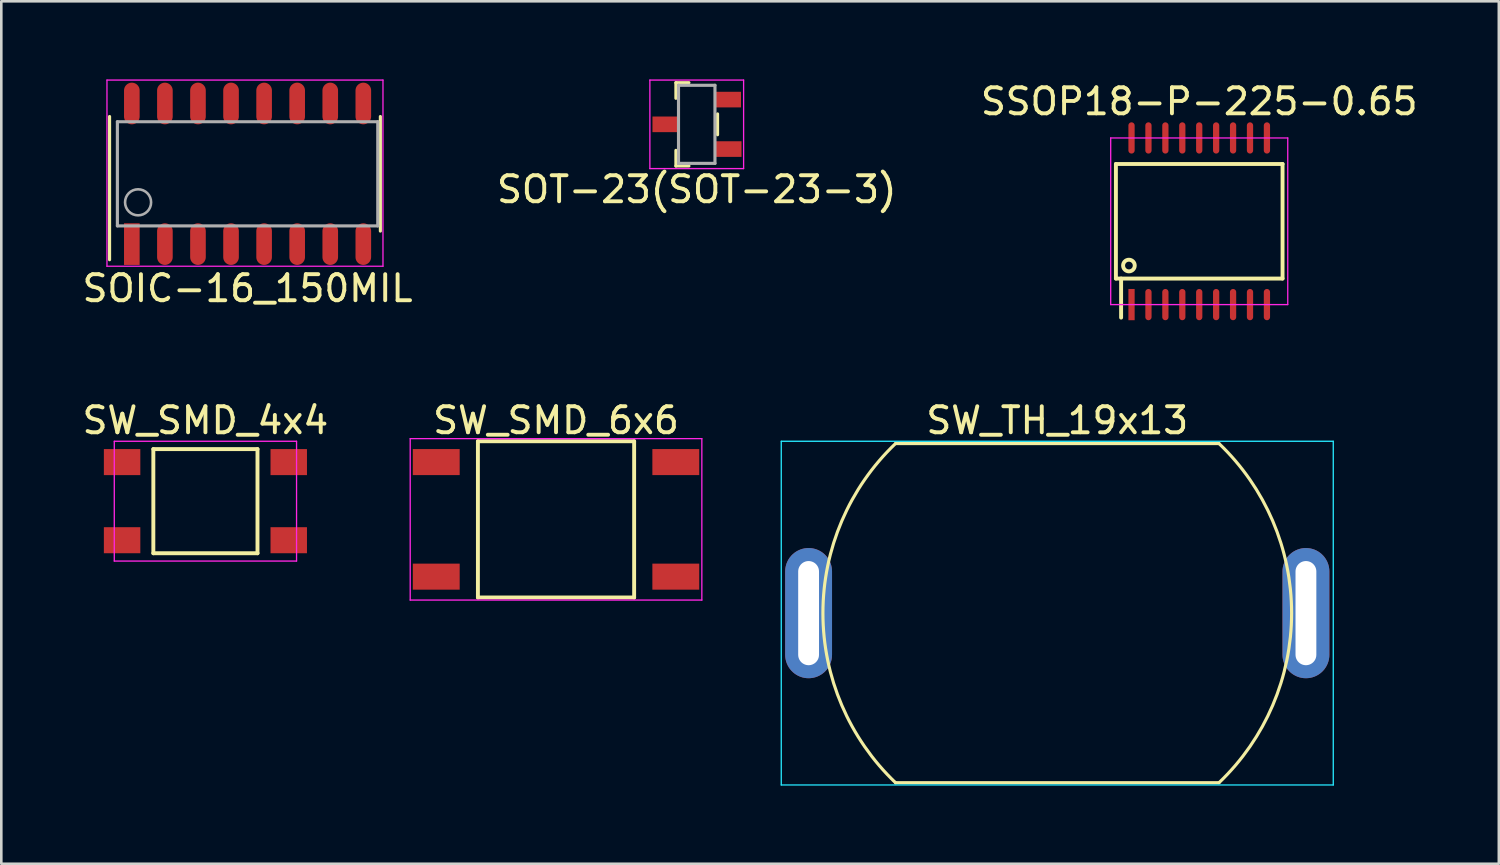
<source format=kicad_pcb>
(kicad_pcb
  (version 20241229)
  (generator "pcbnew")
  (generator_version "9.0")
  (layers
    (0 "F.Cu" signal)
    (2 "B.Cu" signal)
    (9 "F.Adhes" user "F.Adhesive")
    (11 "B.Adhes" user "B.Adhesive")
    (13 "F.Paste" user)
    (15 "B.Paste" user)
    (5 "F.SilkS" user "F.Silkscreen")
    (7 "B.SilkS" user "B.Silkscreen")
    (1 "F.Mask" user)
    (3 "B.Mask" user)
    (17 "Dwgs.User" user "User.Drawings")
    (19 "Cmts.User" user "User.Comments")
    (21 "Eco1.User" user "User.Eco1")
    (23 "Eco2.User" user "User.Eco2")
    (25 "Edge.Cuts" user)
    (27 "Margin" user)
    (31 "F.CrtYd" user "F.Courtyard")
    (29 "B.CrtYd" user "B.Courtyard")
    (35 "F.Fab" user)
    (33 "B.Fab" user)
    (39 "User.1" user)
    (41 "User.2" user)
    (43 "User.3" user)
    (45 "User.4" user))
  (footprint "SOT-23(SOT-23-3)"
    (layer "F.Cu")
    (at 23.708 1.725)
    (property "Reference" "SOT-23(SOT-23-3)" (at 0 2.5 0) (layer "F.SilkS") (effects (font (size 1 1) (thickness 0.15))))
    (attr through_hole)
    (fp_line (start -0.8 -1.6) (end -0.8 -1) (stroke (width 0.12) (type solid)) (layer "F.SilkS"))
    (fp_line (start -0.8 1.6) (end -0.8 1) (stroke (width 0.12) (type solid)) (layer "F.SilkS"))
    (fp_line (start -0.3 -1.6) (end -0.8 -1.6) (stroke (width 0.12) (type solid)) (layer "F.SilkS"))
    (fp_line (start -0.3 1.6) (end -0.8 1.6) (stroke (width 0.12) (type solid)) (layer "F.SilkS"))
    (fp_line (start 0.8 -0.4) (end 0.8 0.4) (stroke (width 0.12) (type solid)) (layer "F.SilkS"))
    (fp_line (start -1.8 -1.7) (end 1.8 -1.7) (stroke (width 0.05) (type solid)) (layer "F.CrtYd"))
    (fp_line (start -1.8 1.7) (end -1.8 -1.7) (stroke (width 0.05) (type solid)) (layer "F.CrtYd"))
    (fp_line (start 1.8 -1.7) (end 1.8 1.7) (stroke (width 0.05) (type solid)) (layer "F.CrtYd"))
    (fp_line (start 1.8 1.7) (end -1.8 1.7) (stroke (width 0.05) (type solid)) (layer "F.CrtYd"))
    (fp_line (start -0.7 -1.5) (end 0.7 -1.5) (stroke (width 0.12) (type solid)) (layer "F.Fab"))
    (fp_line (start -0.7 1.5) (end -0.7 -1.5) (stroke (width 0.12) (type solid)) (layer "F.Fab"))
    (fp_line (start -0.7 1.5) (end 0.7 1.5) (stroke (width 0.12) (type solid)) (layer "F.Fab"))
    (fp_line (start 0.7 1.5) (end 0.7 -1.5) (stroke (width 0.12) (type solid)) (layer "F.Fab"))
    (pad "1" smd rect (at 1.22 0.95) (size 1 0.6) (layers "F.Cu" "F.Mask" "F.Paste"))
    (pad "2" smd rect (at 1.2 -0.95) (size 1 0.6) (layers "F.Cu" "F.Mask" "F.Paste"))
    (pad "3" smd rect (at -1.2 0) (size 1 0.6) (layers "F.Cu" "F.Mask" "F.Paste")))
  (footprint "SSOP18-P-225-0.65"
    (layer "F.Cu")
    (at 43.006 5.448)
    (property "Reference" "SSOP18-P-225-0.65" (at 0 -4.6 0) (layer "F.SilkS") (effects (font (size 1 1) (thickness 0.15))))
    (attr through_hole)
    (fp_line (start -3.2 -2.2) (end 3.2 -2.2) (stroke (width 0.15) (type solid)) (layer "F.SilkS"))
    (fp_line (start -3.2 2.2) (end -3.2 -2.2) (stroke (width 0.15) (type solid)) (layer "F.SilkS"))
    (fp_line (start -3 2.2) (end -3 3.7) (stroke (width 0.15) (type solid)) (layer "F.SilkS"))
    (fp_line (start 3.2 -2.2) (end 3.2 2.2) (stroke (width 0.15) (type solid)) (layer "F.SilkS"))
    (fp_line (start 3.2 2.2) (end -3.2 2.2) (stroke (width 0.15) (type solid)) (layer "F.SilkS"))
    (fp_circle (center -2.7 1.7) (end -2.5 1.8) (stroke (width 0.15) (type solid)) (fill no) (layer "F.SilkS"))
    (fp_line (start -3.4 -3.2) (end 3.4 -3.2) (stroke (width 0.05) (type solid)) (layer "F.CrtYd"))
    (fp_line (start -3.4 3.2) (end -3.4 -3.2) (stroke (width 0.05) (type solid)) (layer "F.CrtYd"))
    (fp_line (start 3.4 -3.2) (end 3.4 3.2) (stroke (width 0.05) (type solid)) (layer "F.CrtYd"))
    (fp_line (start 3.4 3.2) (end -3.4 3.2) (stroke (width 0.05) (type solid)) (layer "F.CrtYd"))
    (pad "1" smd rect (at -2.6 3.2) (size 0.24 1.2) (layers "F.Cu" "F.Mask" "F.Paste"))
    (pad "2" smd oval (at -1.95 3.2) (size 0.24 1.2) (layers "F.Cu" "F.Mask" "F.Paste"))
    (pad "3" smd oval (at -1.3 3.2) (size 0.24 1.2) (layers "F.Cu" "F.Mask" "F.Paste"))
    (pad "4" smd oval (at -0.65 3.2) (size 0.24 1.2) (layers "F.Cu" "F.Mask" "F.Paste"))
    (pad "5" smd oval (at 0 3.2) (size 0.24 1.2) (layers "F.Cu" "F.Mask" "F.Paste"))
    (pad "6" smd oval (at 0.65 3.2) (size 0.24 1.2) (layers "F.Cu" "F.Mask" "F.Paste"))
    (pad "7" smd oval (at 1.3 3.2) (size 0.24 1.2) (layers "F.Cu" "F.Mask" "F.Paste"))
    (pad "8" smd oval (at 1.95 3.2) (size 0.24 1.2) (layers "F.Cu" "F.Mask" "F.Paste"))
    (pad "9" smd oval (at 2.6 3.2) (size 0.24 1.2) (layers "F.Cu" "F.Mask" "F.Paste"))
    (pad "10" smd oval (at 2.6 -3.2) (size 0.24 1.2) (layers "F.Cu" "F.Mask" "F.Paste"))
    (pad "11" smd oval (at 1.95 -3.2) (size 0.24 1.2) (layers "F.Cu" "F.Mask" "F.Paste"))
    (pad "12" smd oval (at 1.3 -3.2) (size 0.24 1.2) (layers "F.Cu" "F.Mask" "F.Paste"))
    (pad "13" smd oval (at 0.65 -3.2) (size 0.24 1.2) (layers "F.Cu" "F.Mask" "F.Paste"))
    (pad "14" smd oval (at 0 -3.2) (size 0.24 1.2) (layers "F.Cu" "F.Mask" "F.Paste"))
    (pad "15" smd oval (at -0.65 -3.2) (size 0.24 1.2) (layers "F.Cu" "F.Mask" "F.Paste"))
    (pad "16" smd oval (at -1.3 -3.2) (size 0.24 1.2) (layers "F.Cu" "F.Mask" "F.Paste"))
    (pad "17" smd oval (at -1.95 -3.2) (size 0.24 1.2) (layers "F.Cu" "F.Mask" "F.Paste"))
    (pad "18" smd oval (at -2.6 -3.2) (size 0.24 1.2) (layers "F.Cu" "F.Mask" "F.Paste")))
  (footprint "SW_SMD_4x4"
    (layer "F.Cu")
    (at 4.839 16.197)
    (property "Reference" "SW_SMD_4x4" (at 0 -3.1 0) (layer "F.SilkS") (effects (font (size 1 1) (thickness 0.15))))
    (attr through_hole)
    (fp_line (start -2 -2) (end -2 2) (stroke (width 0.15) (type solid)) (layer "F.SilkS"))
    (fp_line (start -2 -2) (end 2 -2) (stroke (width 0.15) (type solid)) (layer "F.SilkS"))
    (fp_line (start -2 2) (end 2 2) (stroke (width 0.15) (type solid)) (layer "F.SilkS"))
    (fp_line (start 2 -2) (end 2 2) (stroke (width 0.15) (type solid)) (layer "F.SilkS"))
    (fp_line (start -3.5 -2.3) (end 3.5 -2.3) (stroke (width 0.05) (type solid)) (layer "F.CrtYd"))
    (fp_line (start -3.5 2.3) (end -3.5 -2.3) (stroke (width 0.05) (type solid)) (layer "F.CrtYd"))
    (fp_line (start 3.5 -2.3) (end 3.5 2.3) (stroke (width 0.05) (type solid)) (layer "F.CrtYd"))
    (fp_line (start 3.5 2.3) (end -3.5 2.3) (stroke (width 0.05) (type solid)) (layer "F.CrtYd"))
    (pad "1" smd rect (at -3.2 -1.5) (size 1.4 1) (layers "F.Cu" "F.Mask" "F.Paste"))
    (pad "1" smd rect (at 3.2 -1.5) (size 1.4 1) (layers "F.Cu" "F.Mask" "F.Paste"))
    (pad "2" smd rect (at -3.2 1.5) (size 1.4 1) (layers "F.Cu" "F.Mask" "F.Paste"))
    (pad "2" smd rect (at 3.2 1.5) (size 1.4 1) (layers "F.Cu" "F.Mask" "F.Paste")))
  (footprint "SW_SMD_6x6"
    (layer "F.Cu")
    (at 18.304 16.896)
    (property "Reference" "SW_SMD_6x6" (at 0 -3.8 0) (layer "F.SilkS") (effects (font (size 1 1) (thickness 0.15))))
    (attr through_hole)
    (fp_line (start -3 -3) (end -3 3) (stroke (width 0.15) (type solid)) (layer "F.SilkS"))
    (fp_line (start -3 -3) (end 3 -3) (stroke (width 0.15) (type solid)) (layer "F.SilkS"))
    (fp_line (start -3 3) (end 3 3) (stroke (width 0.15) (type solid)) (layer "F.SilkS"))
    (fp_line (start 3 -3) (end 3 3) (stroke (width 0.15) (type solid)) (layer "F.SilkS"))
    (fp_line (start -5.6 -3.1) (end 5.6 -3.1) (stroke (width 0.05) (type solid)) (layer "F.CrtYd"))
    (fp_line (start -5.6 3.1) (end -5.6 -3.1) (stroke (width 0.05) (type solid)) (layer "F.CrtYd"))
    (fp_line (start 5.6 -3.1) (end 5.6 3.1) (stroke (width 0.05) (type solid)) (layer "F.CrtYd"))
    (fp_line (start 5.6 3.1) (end -5.6 3.1) (stroke (width 0.05) (type solid)) (layer "F.CrtYd"))
    (pad "1" smd rect (at -4.6 -2.2) (size 1.8 1) (layers "F.Cu" "F.Mask" "F.Paste"))
    (pad "1" smd rect (at 4.6 -2.2) (size 1.8 1) (layers "F.Cu" "F.Mask" "F.Paste"))
    (pad "2" smd rect (at -4.6 2.2) (size 1.8 1) (layers "F.Cu" "F.Mask" "F.Paste"))
    (pad "2" smd rect (at 4.6 2.2) (size 1.8 1) (layers "F.Cu" "F.Mask" "F.Paste")))
  (footprint "SOIC-16_150MIL"
    (layer "F.Cu")
    (at 6.458 3.625)
    (property "Reference" "SOIC-16_150MIL" (at 0 4.4 0) (layer "F.SilkS") (effects (font (size 1 1) (thickness 0.15))))
    (attr through_hole)
    (fp_line (start -5.3 -2.2) (end -5.3 3.3) (stroke (width 0.12) (type solid)) (layer "F.SilkS"))
    (fp_line (start 5.1 -2.2) (end 5.1 2.2) (stroke (width 0.12) (type solid)) (layer "F.SilkS"))
    (fp_line (start -5.4 -3.6) (end 5.2 -3.6) (stroke (width 0.05) (type solid)) (layer "F.CrtYd"))
    (fp_line (start -5.4 3.55) (end -5.4 -3.6) (stroke (width 0.05) (type solid)) (layer "F.CrtYd"))
    (fp_line (start 5.2 -3.6) (end 5.2 3.55) (stroke (width 0.05) (type solid)) (layer "F.CrtYd"))
    (fp_line (start 5.2 3.55) (end -5.4 3.55) (stroke (width 0.05) (type solid)) (layer "F.CrtYd"))
    (fp_line (start -5 -2) (end 5 -2) (stroke (width 0.12) (type solid)) (layer "F.Fab"))
    (fp_line (start -5 2) (end -5 -2) (stroke (width 0.12) (type solid)) (layer "F.Fab"))
    (fp_line (start -5 2) (end 5 2) (stroke (width 0.12) (type solid)) (layer "F.Fab"))
    (fp_line (start 5 2) (end 5 -2) (stroke (width 0.12) (type solid)) (layer "F.Fab"))
    (fp_circle (center -4.205 1.095) (end -3.705 1.095) (stroke (width 0.1) (type solid)) (fill no) (layer "F.Fab"))
    (pad "1" smd rect (at -4.445 2.7) (size 0.6 1.6) (layers "F.Cu" "F.Mask" "F.Paste"))
    (pad "2" smd oval (at -3.175 2.7) (size 0.6 1.6) (layers "F.Cu" "F.Mask" "F.Paste"))
    (pad "3" smd oval (at -1.905 2.7) (size 0.6 1.6) (layers "F.Cu" "F.Mask" "F.Paste"))
    (pad "4" smd oval (at -0.635 2.7) (size 0.6 1.6) (layers "F.Cu" "F.Mask" "F.Paste"))
    (pad "5" smd oval (at 0.635 2.7) (size 0.6 1.6) (layers "F.Cu" "F.Mask" "F.Paste"))
    (pad "6" smd oval (at 1.905 2.7) (size 0.6 1.6) (layers "F.Cu" "F.Mask" "F.Paste"))
    (pad "7" smd oval (at 3.175 2.7) (size 0.6 1.6) (layers "F.Cu" "F.Mask" "F.Paste"))
    (pad "8" smd oval (at 4.445 2.7) (size 0.6 1.6) (layers "F.Cu" "F.Mask" "F.Paste"))
    (pad "9" smd oval (at 4.445 -2.7) (size 0.6 1.6) (layers "F.Cu" "F.Mask" "F.Paste"))
    (pad "10" smd oval (at 3.175 -2.7) (size 0.6 1.6) (layers "F.Cu" "F.Mask" "F.Paste"))
    (pad "11" smd oval (at 1.905 -2.7) (size 0.6 1.6) (layers "F.Cu" "F.Mask" "F.Paste"))
    (pad "12" smd oval (at 0.635 -2.7) (size 0.6 1.6) (layers "F.Cu" "F.Mask" "F.Paste"))
    (pad "13" smd oval (at -0.635 -2.7) (size 0.6 1.6) (layers "F.Cu" "F.Mask" "F.Paste"))
    (pad "14" smd oval (at -1.905 -2.7) (size 0.6 1.6) (layers "F.Cu" "F.Mask" "F.Paste"))
    (pad "15" smd oval (at -3.175 -2.7) (size 0.6 1.6) (layers "F.Cu" "F.Mask" "F.Paste"))
    (pad "16" smd oval (at -4.445 -2.7) (size 0.6 1.6) (layers "F.Cu" "F.Mask" "F.Paste")))
  (footprint "SW_TH_19x13"
    (layer "F.Cu")
    (at 37.554 20.497)
    (property "Reference" "SW_TH_19x13" (at 0 -7.4 0) (layer "F.SilkS") (effects (font (size 1 1) (thickness 0.15))))
    (attr through_hole)
    (fp_line (start -6.212 6.512) (end 6.212 6.512) (stroke (width 0.12) (type solid)) (layer "F.SilkS"))
    (fp_line (start -6.212 -6.512) (end 6.212 -6.512) (stroke (width 0.12) (type solid)) (layer "F.SilkS"))
    (fp_arc (start -6.211897 6.512473) (mid -8.999998 0) (end -6.211897 -6.512473) (stroke (width 0.12) (type solid)) (layer "F.SilkS"))
    (fp_arc (start 6.211897 -6.512473) (mid 8.999998 0) (end 6.211897 6.512473) (stroke (width 0.12) (type solid)) (layer "F.SilkS"))
    (fp_line (start -10.6 -6.6) (end 10.6 -6.6) (stroke (width 0.05) (type solid)) (layer "B.CrtYd"))
    (fp_line (start -10.6 6.6) (end -10.6 -6.6) (stroke (width 0.05) (type solid)) (layer "B.CrtYd"))
    (fp_line (start 10.6 -6.6) (end 10.6 6.6) (stroke (width 0.05) (type solid)) (layer "B.CrtYd"))
    (fp_line (start 10.6 6.6) (end -10.6 6.6) (stroke (width 0.05) (type solid)) (layer "B.CrtYd"))
    (pad "1" thru_hole oval (at -9.55 0) (size 1.8 5) (drill oval 0.8 4) (layers "*.Cu" "*.Mask"))
    (pad "2" thru_hole oval (at 9.55 0) (size 1.8 5) (drill oval 0.8 4) (layers "*.Cu" "*.Mask")))
  (gr_rect
    (start -3 -3)
    (end 54.512 30.122)
    (stroke (width 0.1) (type default))
    (fill no)
    (layer "Edge.Cuts")))
</source>
